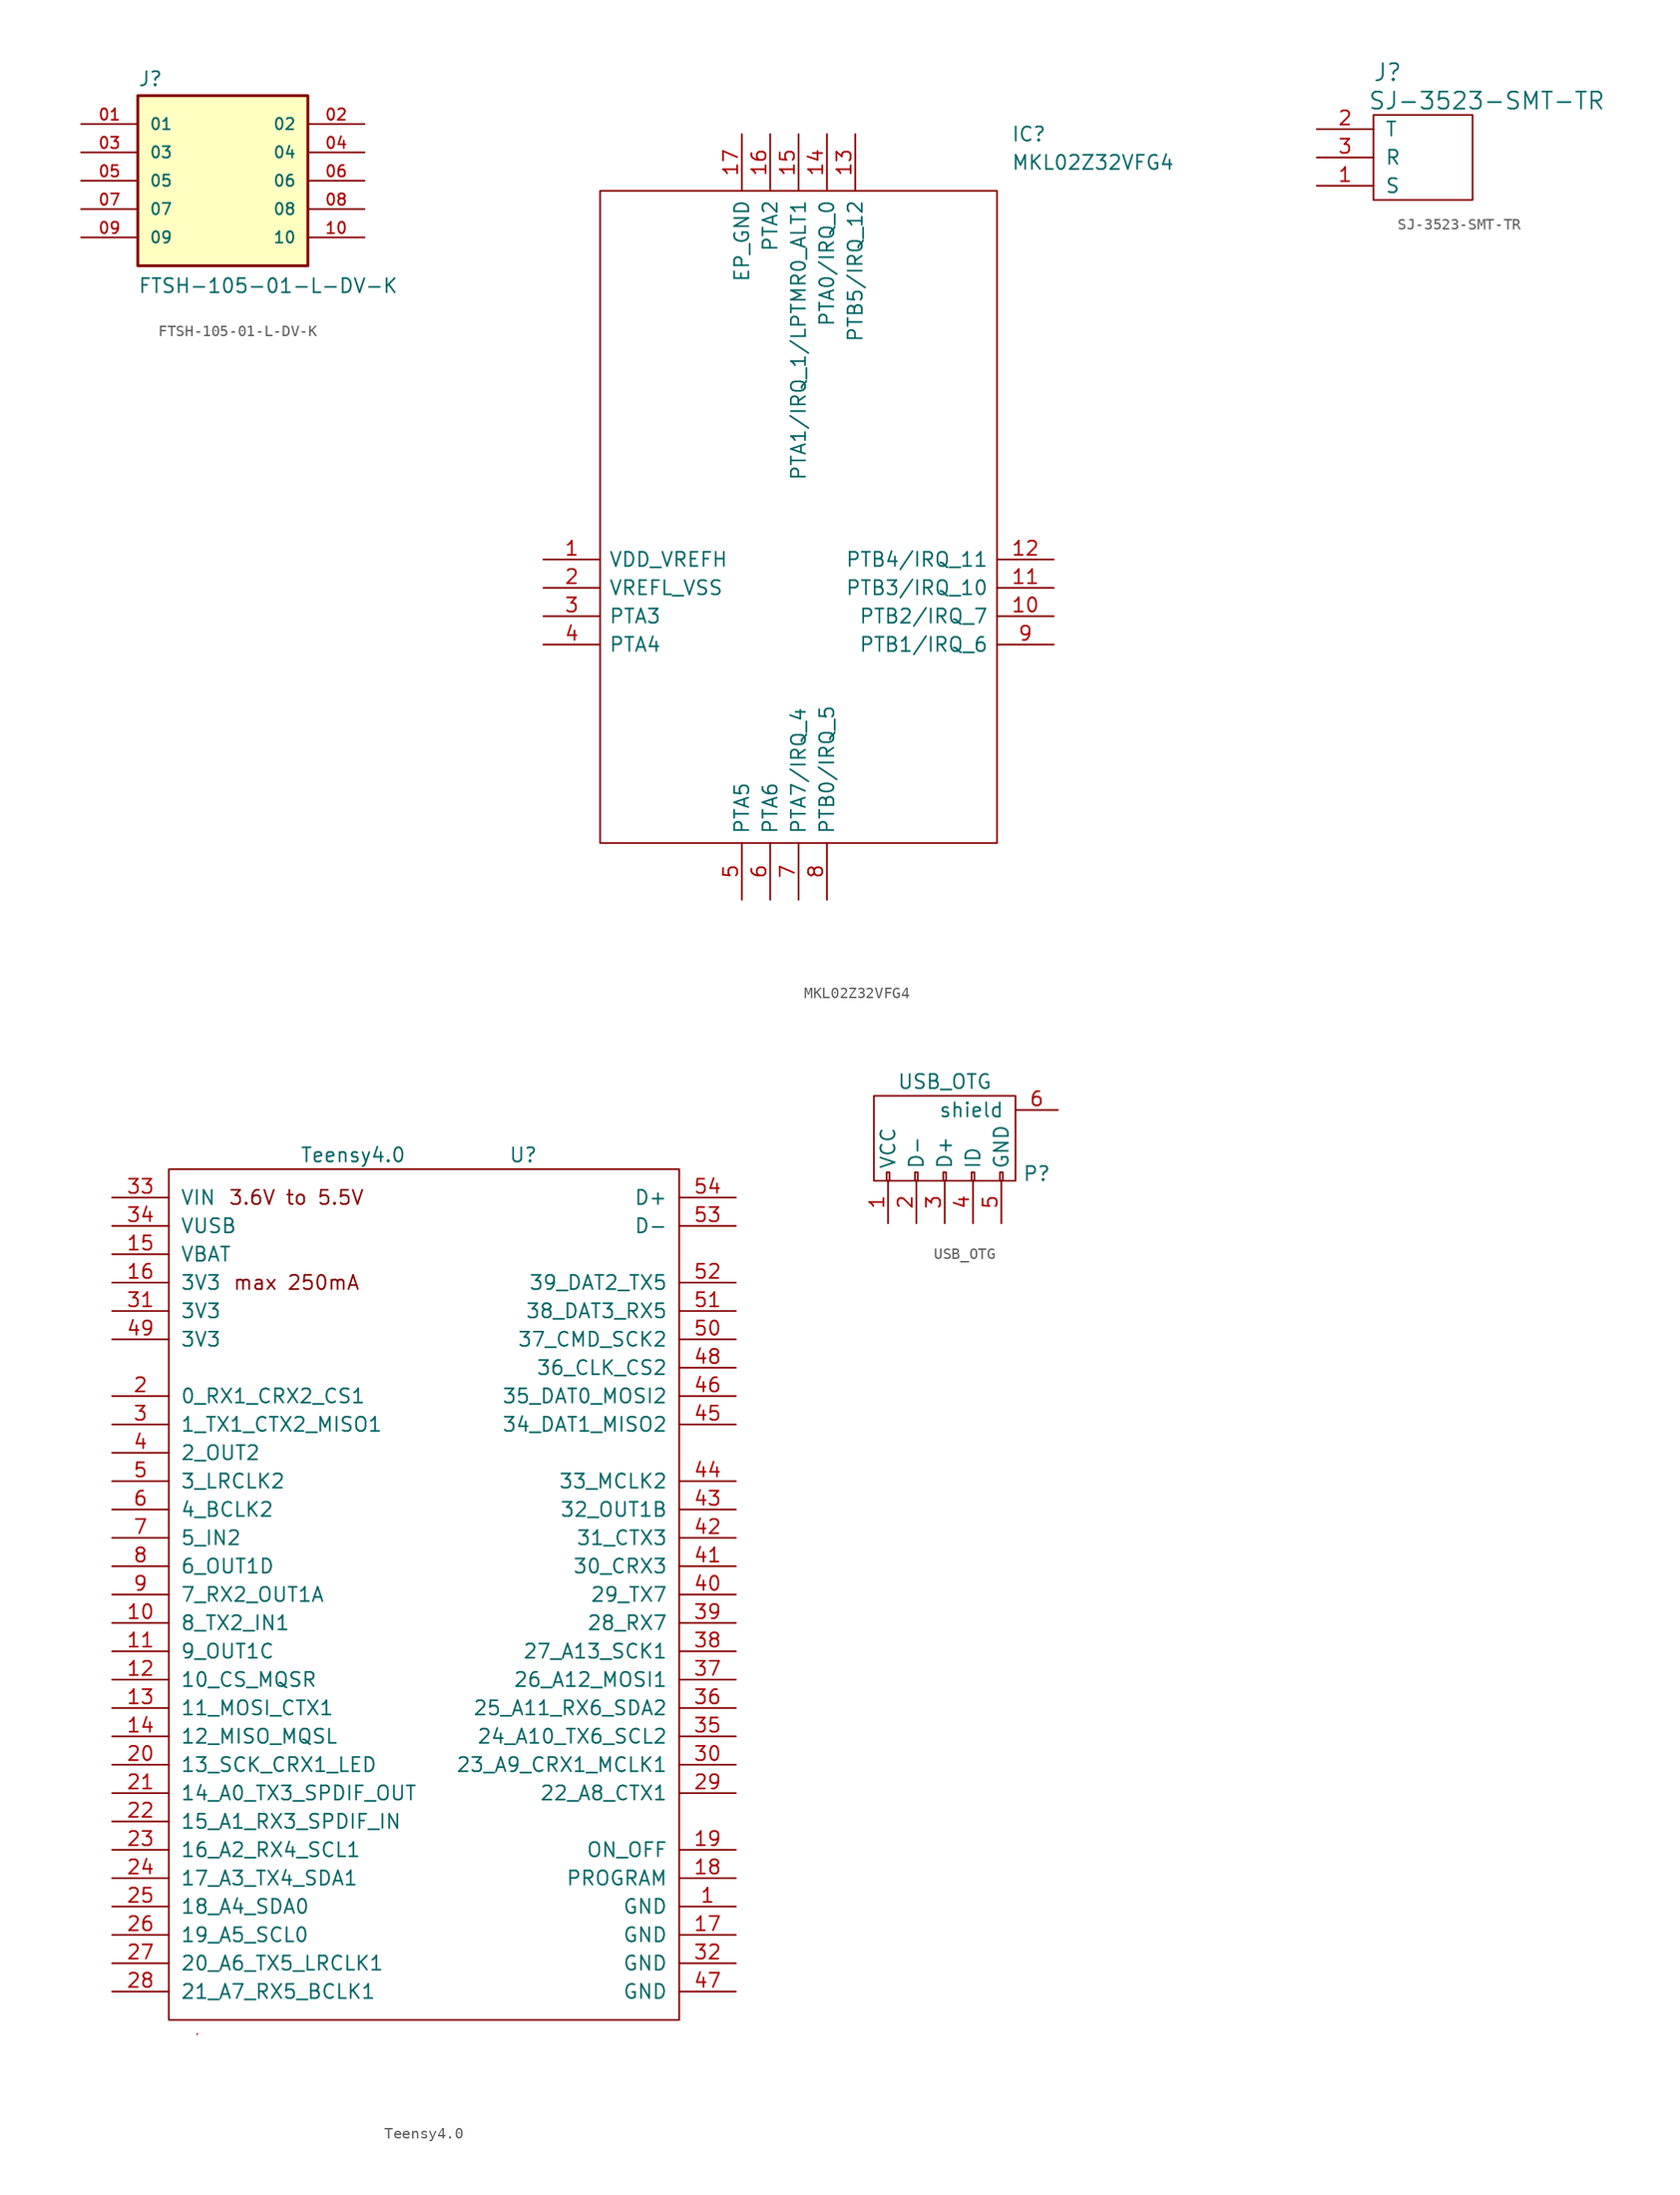
<source format=kicad_sym>
(kicad_symbol_lib
  (version 20220914)
  (generator kicad_symbol_editor)
  (symbol "FTSH-105-01-L-DV-K"
    (pin_names
      (offset 1.016))
    (property "Reference" "J"
      (at -7.62 8.382 0)
      (effects (font (size 1.27 1.27)) (justify left bottom)))
    (property "Value" "FTSH-105-01-L-DV-K"
      (at -7.62 -10.16 0)
      (effects (font (size 1.27 1.27)) (justify left bottom)))
    (symbol "FTSH-105-01-L-DV-K_0_0"
      (rectangle (start -7.62 -7.62) (end 7.62 7.62) (stroke (width 0.254) (type default)) (fill (type background)))
      (pin passive line (at -12.7 5.08 0) (length 5.08) (name "01" (effects (font (size 1.016 1.016)))) (number "01" (effects (font (size 1.016 1.016)))))
      (pin passive line (at 12.7 5.08 180) (length 5.08) (name "02" (effects (font (size 1.016 1.016)))) (number "02" (effects (font (size 1.016 1.016)))))
      (pin passive line (at -12.7 2.54 0) (length 5.08) (name "03" (effects (font (size 1.016 1.016)))) (number "03" (effects (font (size 1.016 1.016)))))
      (pin passive line (at 12.7 2.54 180) (length 5.08) (name "04" (effects (font (size 1.016 1.016)))) (number "04" (effects (font (size 1.016 1.016)))))
      (pin passive line (at -12.7 0 0) (length 5.08) (name "05" (effects (font (size 1.016 1.016)))) (number "05" (effects (font (size 1.016 1.016)))))
      (pin passive line (at 12.7 0 180) (length 5.08) (name "06" (effects (font (size 1.016 1.016)))) (number "06" (effects (font (size 1.016 1.016)))))
      (pin passive line (at -12.7 -2.54 0) (length 5.08) (name "07" (effects (font (size 1.016 1.016)))) (number "07" (effects (font (size 1.016 1.016)))))
      (pin passive line (at 12.7 -2.54 180) (length 5.08) (name "08" (effects (font (size 1.016 1.016)))) (number "08" (effects (font (size 1.016 1.016)))))
      (pin passive line (at -12.7 -5.08 0) (length 5.08) (name "09" (effects (font (size 1.016 1.016)))) (number "09" (effects (font (size 1.016 1.016)))))
      (pin passive line (at 12.7 -5.08 180) (length 5.08) (name "10" (effects (font (size 1.016 1.016)))) (number "10" (effects (font (size 1.016 1.016)))))))
  (symbol "MKL02Z32VFG4"
    (pin_names
      (offset 0.762))
    (property "Reference" "IC"
      (at 19.05 33.02 0)
      (effects (font (size 1.27 1.27)) (justify left)))
    (property "Value" "MKL02Z32VFG4"
      (at 19.05 30.48 0)
      (effects (font (size 1.27 1.27)) (justify left)))
    (symbol "MKL02Z32VFG4_0_0"
      (pin bidirectional line (at -22.86 -5.08 0) (length 5.08) (name "VDD_VREFH" (effects (font (size 1.27 1.27)))) (number "1" (effects (font (size 1.27 1.27)))))
      (pin bidirectional line (at 22.86 -10.16 180) (length 5.08) (name "PTB2/IRQ_7" (effects (font (size 1.27 1.27)))) (number "10" (effects (font (size 1.27 1.27)))))
      (pin bidirectional line (at 22.86 -7.62 180) (length 5.08) (name "PTB3/IRQ_10" (effects (font (size 1.27 1.27)))) (number "11" (effects (font (size 1.27 1.27)))))
      (pin bidirectional line (at 22.86 -5.08 180) (length 5.08) (name "PTB4/IRQ_11" (effects (font (size 1.27 1.27)))) (number "12" (effects (font (size 1.27 1.27)))))
      (pin bidirectional line (at 5.08 33.02 270) (length 5.08) (name "PTB5/IRQ_12" (effects (font (size 1.27 1.27)))) (number "13" (effects (font (size 1.27 1.27)))))
      (pin bidirectional line (at 2.54 33.02 270) (length 5.08) (name "PTA0/IRQ_0" (effects (font (size 1.27 1.27)))) (number "14" (effects (font (size 1.27 1.27)))))
      (pin bidirectional line (at 0 33.02 270) (length 5.08) (name "PTA1/IRQ_1/LPTMR0_ALT1" (effects (font (size 1.27 1.27)))) (number "15" (effects (font (size 1.27 1.27)))))
      (pin bidirectional line (at -2.54 33.02 270) (length 5.08) (name "PTA2" (effects (font (size 1.27 1.27)))) (number "16" (effects (font (size 1.27 1.27)))))
      (pin bidirectional line (at -5.08 33.02 270) (length 5.08) (name "EP_GND" (effects (font (size 1.27 1.27)))) (number "17" (effects (font (size 1.27 1.27)))))
      (pin bidirectional line (at -22.86 -7.62 0) (length 5.08) (name "VREFL_VSS" (effects (font (size 1.27 1.27)))) (number "2" (effects (font (size 1.27 1.27)))))
      (pin bidirectional line (at -22.86 -10.16 0) (length 5.08) (name "PTA3" (effects (font (size 1.27 1.27)))) (number "3" (effects (font (size 1.27 1.27)))))
      (pin bidirectional line (at -22.86 -12.7 0) (length 5.08) (name "PTA4" (effects (font (size 1.27 1.27)))) (number "4" (effects (font (size 1.27 1.27)))))
      (pin bidirectional line (at -5.08 -35.56 90) (length 5.08) (name "PTA5" (effects (font (size 1.27 1.27)))) (number "5" (effects (font (size 1.27 1.27)))))
      (pin bidirectional line (at -2.54 -35.56 90) (length 5.08) (name "PTA6" (effects (font (size 1.27 1.27)))) (number "6" (effects (font (size 1.27 1.27)))))
      (pin bidirectional line (at 0 -35.56 90) (length 5.08) (name "PTA7/IRQ_4" (effects (font (size 1.27 1.27)))) (number "7" (effects (font (size 1.27 1.27)))))
      (pin bidirectional line (at 2.54 -35.56 90) (length 5.08) (name "PTB0/IRQ_5" (effects (font (size 1.27 1.27)))) (number "8" (effects (font (size 1.27 1.27)))))
      (pin bidirectional line (at 22.86 -12.7 180) (length 5.08) (name "PTB1/IRQ_6" (effects (font (size 1.27 1.27)))) (number "9" (effects (font (size 1.27 1.27))))))
    (symbol "MKL02Z32VFG4_0_1"
      (polyline (pts (xy -17.78 27.94) (xy 17.78 27.94) (xy 17.78 -30.48) (xy -17.78 -30.48) (xy -17.78 27.94)) (stroke (width 0.152) (type solid)) (fill (type none)))))
  (symbol "SJ-3523-SMT-TR"
    (pin_names
      (offset 1.016))
    (property "Reference" "J"
      (at -2.54 7.62 0)
      (effects (font (size 1.524 1.524))))
    (property "Value" "SJ-3523-SMT-TR"
      (at 6.35 5.08 0)
      (effects (font (size 1.524 1.524))))
    (property "Footprint" ""
      (at 0 0 0)
      (effects (font (size 1.524 1.524))))
    (property "Datasheet" ""
      (at 0 0 0)
      (effects (font (size 1.524 1.524))))
    (symbol "SJ-3523-SMT-TR_0_1"
      (rectangle (start -3.81 3.81) (end 5.08 -3.81) (stroke (width 0) (type solid)) (fill (type none))))
    (symbol "SJ-3523-SMT-TR_1_1"
      (pin input line (at -8.89 -2.54 0) (length 5.08) (name "S" (effects (font (size 1.27 1.27)))) (number "1" (effects (font (size 1.27 1.27)))))
      (pin input line (at -8.89 2.54 0) (length 5.08) (name "T" (effects (font (size 1.27 1.27)))) (number "2" (effects (font (size 1.27 1.27)))))
      (pin input line (at -8.89 0 0) (length 5.08) (name "R" (effects (font (size 1.27 1.27)))) (number "3" (effects (font (size 1.27 1.27)))))))
  (symbol "Teensy4.0"
    (pin_names
      (offset 1.016))
    (property "Reference" "U"
      (at 8.89 46.99 0)
      (effects (font (size 1.27 1.27))))
    (property "Value" "Teensy4.0"
      (at -6.35 46.99 0)
      (effects (font (size 1.27 1.27))))
    (symbol "Teensy4.0_0_0"
      (text "3.6V to 5.5V" (at -11.43 43.18 0) (effects (font (size 1.27 1.27))))
      (text "max 250mA" (at -11.43 35.56 0) (effects (font (size 1.27 1.27))))
      (pin bidirectional line (at -27.94 5.08 0) (length 5.08) (name "8_TX2_IN1" (effects (font (size 1.27 1.27)))) (number "10" (effects (font (size 1.27 1.27)))))
      (pin bidirectional line (at -27.94 2.54 0) (length 5.08) (name "9_OUT1C" (effects (font (size 1.27 1.27)))) (number "11" (effects (font (size 1.27 1.27)))))
      (pin bidirectional line (at -27.94 0 0) (length 5.08) (name "10_CS_MQSR" (effects (font (size 1.27 1.27)))) (number "12" (effects (font (size 1.27 1.27)))))
      (pin bidirectional line (at -27.94 -2.54 0) (length 5.08) (name "11_MOSI_CTX1" (effects (font (size 1.27 1.27)))) (number "13" (effects (font (size 1.27 1.27)))))
      (pin bidirectional line (at -27.94 -5.08 0) (length 5.08) (name "12_MISO_MQSL" (effects (font (size 1.27 1.27)))) (number "14" (effects (font (size 1.27 1.27)))))
      (pin power_in line (at -27.94 38.1 0) (length 5.08) (name "VBAT" (effects (font (size 1.27 1.27)))) (number "15" (effects (font (size 1.27 1.27)))))
      (pin power_in line (at -27.94 35.56 0) (length 5.08) (name "3V3" (effects (font (size 1.27 1.27)))) (number "16" (effects (font (size 1.27 1.27)))))
      (pin power_in line (at 27.94 -22.86 180) (length 5.08) (name "GND" (effects (font (size 1.27 1.27)))) (number "17" (effects (font (size 1.27 1.27)))))
      (pin input line (at 27.94 -17.78 180) (length 5.08) (name "PROGRAM" (effects (font (size 1.27 1.27)))) (number "18" (effects (font (size 1.27 1.27)))))
      (pin input line (at 27.94 -15.24 180) (length 5.08) (name "ON_OFF" (effects (font (size 1.27 1.27)))) (number "19" (effects (font (size 1.27 1.27)))))
      (pin bidirectional line (at -27.94 -7.62 0) (length 5.08) (name "13_SCK_CRX1_LED" (effects (font (size 1.27 1.27)))) (number "20" (effects (font (size 1.27 1.27)))))
      (pin bidirectional line (at -27.94 -10.16 0) (length 5.08) (name "14_A0_TX3_SPDIF_OUT" (effects (font (size 1.27 1.27)))) (number "21" (effects (font (size 1.27 1.27)))))
      (pin bidirectional line (at -27.94 -12.7 0) (length 5.08) (name "15_A1_RX3_SPDIF_IN" (effects (font (size 1.27 1.27)))) (number "22" (effects (font (size 1.27 1.27)))))
      (pin bidirectional line (at -27.94 -15.24 0) (length 5.08) (name "16_A2_RX4_SCL1" (effects (font (size 1.27 1.27)))) (number "23" (effects (font (size 1.27 1.27)))))
      (pin bidirectional line (at -27.94 -17.78 0) (length 5.08) (name "17_A3_TX4_SDA1" (effects (font (size 1.27 1.27)))) (number "24" (effects (font (size 1.27 1.27)))))
      (pin bidirectional line (at -27.94 -20.32 0) (length 5.08) (name "18_A4_SDA0" (effects (font (size 1.27 1.27)))) (number "25" (effects (font (size 1.27 1.27)))))
      (pin bidirectional line (at -27.94 -22.86 0) (length 5.08) (name "19_A5_SCL0" (effects (font (size 1.27 1.27)))) (number "26" (effects (font (size 1.27 1.27)))))
      (pin bidirectional line (at -27.94 -25.4 0) (length 5.08) (name "20_A6_TX5_LRCLK1" (effects (font (size 1.27 1.27)))) (number "27" (effects (font (size 1.27 1.27)))))
      (pin bidirectional line (at -27.94 -27.94 0) (length 5.08) (name "21_A7_RX5_BCLK1" (effects (font (size 1.27 1.27)))) (number "28" (effects (font (size 1.27 1.27)))))
      (pin bidirectional line (at 27.94 -10.16 180) (length 5.08) (name "22_A8_CTX1" (effects (font (size 1.27 1.27)))) (number "29" (effects (font (size 1.27 1.27)))))
      (pin bidirectional line (at 27.94 -7.62 180) (length 5.08) (name "23_A9_CRX1_MCLK1" (effects (font (size 1.27 1.27)))) (number "30" (effects (font (size 1.27 1.27)))))
      (pin power_out line (at -27.94 33.02 0) (length 5.08) (name "3V3" (effects (font (size 1.27 1.27)))) (number "31" (effects (font (size 1.27 1.27)))))
      (pin power_in line (at 27.94 -25.4 180) (length 5.08) (name "GND" (effects (font (size 1.27 1.27)))) (number "32" (effects (font (size 1.27 1.27)))))
      (pin power_in line (at -27.94 43.18 0) (length 5.08) (name "VIN" (effects (font (size 1.27 1.27)))) (number "33" (effects (font (size 1.27 1.27)))))
      (pin power_out line (at -27.94 40.64 0) (length 5.08) (name "VUSB" (effects (font (size 1.27 1.27)))) (number "34" (effects (font (size 1.27 1.27)))))
      (pin bidirectional line (at 27.94 -5.08 180) (length 5.08) (name "24_A10_TX6_SCL2" (effects (font (size 1.27 1.27)))) (number "35" (effects (font (size 1.27 1.27)))))
      (pin bidirectional line (at 27.94 -2.54 180) (length 5.08) (name "25_A11_RX6_SDA2" (effects (font (size 1.27 1.27)))) (number "36" (effects (font (size 1.27 1.27)))))
      (pin bidirectional line (at 27.94 0 180) (length 5.08) (name "26_A12_MOSI1" (effects (font (size 1.27 1.27)))) (number "37" (effects (font (size 1.27 1.27)))))
      (pin bidirectional line (at 27.94 2.54 180) (length 5.08) (name "27_A13_SCK1" (effects (font (size 1.27 1.27)))) (number "38" (effects (font (size 1.27 1.27)))))
      (pin bidirectional line (at 27.94 5.08 180) (length 5.08) (name "28_RX7" (effects (font (size 1.27 1.27)))) (number "39" (effects (font (size 1.27 1.27)))))
      (pin bidirectional line (at 27.94 7.62 180) (length 5.08) (name "29_TX7" (effects (font (size 1.27 1.27)))) (number "40" (effects (font (size 1.27 1.27)))))
      (pin bidirectional line (at 27.94 10.16 180) (length 5.08) (name "30_CRX3" (effects (font (size 1.27 1.27)))) (number "41" (effects (font (size 1.27 1.27)))))
      (pin bidirectional line (at 27.94 12.7 180) (length 5.08) (name "31_CTX3" (effects (font (size 1.27 1.27)))) (number "42" (effects (font (size 1.27 1.27)))))
      (pin bidirectional line (at 27.94 15.24 180) (length 5.08) (name "32_OUT1B" (effects (font (size 1.27 1.27)))) (number "43" (effects (font (size 1.27 1.27)))))
      (pin bidirectional line (at 27.94 17.78 180) (length 5.08) (name "33_MCLK2" (effects (font (size 1.27 1.27)))) (number "44" (effects (font (size 1.27 1.27)))))
      (pin bidirectional line (at 27.94 22.86 180) (length 5.08) (name "34_DAT1_MISO2" (effects (font (size 1.27 1.27)))) (number "45" (effects (font (size 1.27 1.27)))))
      (pin bidirectional line (at 27.94 25.4 180) (length 5.08) (name "35_DAT0_MOSI2" (effects (font (size 1.27 1.27)))) (number "46" (effects (font (size 1.27 1.27)))))
      (pin power_out line (at 27.94 -27.94 180) (length 5.08) (name "GND" (effects (font (size 1.27 1.27)))) (number "47" (effects (font (size 1.27 1.27)))))
      (pin bidirectional line (at 27.94 27.94 180) (length 5.08) (name "36_CLK_CS2" (effects (font (size 1.27 1.27)))) (number "48" (effects (font (size 1.27 1.27)))))
      (pin power_out line (at -27.94 30.48 0) (length 5.08) (name "3V3" (effects (font (size 1.27 1.27)))) (number "49" (effects (font (size 1.27 1.27)))))
      (pin bidirectional line (at -27.94 17.78 0) (length 5.08) (name "3_LRCLK2" (effects (font (size 1.27 1.27)))) (number "5" (effects (font (size 1.27 1.27)))))
      (pin bidirectional line (at 27.94 30.48 180) (length 5.08) (name "37_CMD_SCK2" (effects (font (size 1.27 1.27)))) (number "50" (effects (font (size 1.27 1.27)))))
      (pin bidirectional line (at 27.94 33.02 180) (length 5.08) (name "38_DAT3_RX5" (effects (font (size 1.27 1.27)))) (number "51" (effects (font (size 1.27 1.27)))))
      (pin bidirectional line (at 27.94 35.56 180) (length 5.08) (name "39_DAT2_TX5" (effects (font (size 1.27 1.27)))) (number "52" (effects (font (size 1.27 1.27)))))
      (pin bidirectional line (at 27.94 40.64 180) (length 5.08) (name "D-" (effects (font (size 1.27 1.27)))) (number "53" (effects (font (size 1.27 1.27)))))
      (pin bidirectional line (at 27.94 43.18 180) (length 5.08) (name "D+" (effects (font (size 1.27 1.27)))) (number "54" (effects (font (size 1.27 1.27)))))
      (pin bidirectional line (at -27.94 15.24 0) (length 5.08) (name "4_BCLK2" (effects (font (size 1.27 1.27)))) (number "6" (effects (font (size 1.27 1.27)))))
      (pin bidirectional line (at -27.94 12.7 0) (length 5.08) (name "5_IN2" (effects (font (size 1.27 1.27)))) (number "7" (effects (font (size 1.27 1.27)))))
      (pin bidirectional line (at -27.94 10.16 0) (length 5.08) (name "6_OUT1D" (effects (font (size 1.27 1.27)))) (number "8" (effects (font (size 1.27 1.27)))))
      (pin bidirectional line (at -27.94 7.62 0) (length 5.08) (name "7_RX2_OUT1A" (effects (font (size 1.27 1.27)))) (number "9" (effects (font (size 1.27 1.27))))))
    (symbol "Teensy4.0_0_1"
      (rectangle (start -22.86 45.72) (end 22.86 -30.48) (stroke (width 0) (type solid)) (fill (type none)))
      (rectangle (start -20.32 -31.75) (end -20.32 -31.75) (stroke (width 0) (type solid)) (fill (type none))))
    (symbol "Teensy4.0_1_1"
      (pin power_in line (at 27.94 -20.32 180) (length 5.08) (name "GND" (effects (font (size 1.27 1.27)))) (number "1" (effects (font (size 1.27 1.27)))))
      (pin bidirectional line (at -27.94 25.4 0) (length 5.08) (name "0_RX1_CRX2_CS1" (effects (font (size 1.27 1.27)))) (number "2" (effects (font (size 1.27 1.27)))))
      (pin bidirectional line (at -27.94 22.86 0) (length 5.08) (name "1_TX1_CTX2_MISO1" (effects (font (size 1.27 1.27)))) (number "3" (effects (font (size 1.27 1.27)))))
      (pin bidirectional line (at -27.94 20.32 0) (length 5.08) (name "2_OUT2" (effects (font (size 1.27 1.27)))) (number "4" (effects (font (size 1.27 1.27)))))))
  (symbol "USB_OTG"
    (pin_names
      (offset 1.016))
    (property "Reference" "P"
      (at 8.255 -3.175 0)
      (effects (font (size 1.27 1.27))))
    (property "Value" "USB_OTG"
      (at 0 5.08 0)
      (effects (font (size 1.27 1.27))))
    (property "Footprint" ""
      (at -1.27 -2.54 90)
      (effects (font (size 1.27 1.27))))
    (property "Datasheet" ""
      (at -1.27 -2.54 90)
      (effects (font (size 1.27 1.27))))
    (symbol "USB_OTG_0_1"
      (rectangle (start -6.35 -3.81) (end 6.35 3.81) (stroke (width 0) (type solid)) (fill (type none)))
      (rectangle (start -5.207 -3.81) (end -4.953 -3.048) (stroke (width 0) (type solid)) (fill (type none)))
      (rectangle (start -2.667 -3.81) (end -2.413 -3.048) (stroke (width 0) (type solid)) (fill (type none)))
      (rectangle (start -0.127 -3.81) (end 0.127 -3.048) (stroke (width 0) (type solid)) (fill (type none)))
      (rectangle (start 2.413 -3.81) (end 2.667 -3.048) (stroke (width 0) (type solid)) (fill (type none)))
      (rectangle (start 4.953 -3.81) (end 5.207 -3.048) (stroke (width 0) (type solid)) (fill (type none))))
    (symbol "USB_OTG_1_1"
      (pin power_out line (at -5.08 -7.62 90) (length 3.81) (name "VCC" (effects (font (size 1.27 1.27)))) (number "1" (effects (font (size 1.27 1.27)))))
      (pin passive line (at -2.54 -7.62 90) (length 3.81) (name "D-" (effects (font (size 1.27 1.27)))) (number "2" (effects (font (size 1.27 1.27)))))
      (pin passive line (at 0 -7.62 90) (length 3.81) (name "D+" (effects (font (size 1.27 1.27)))) (number "3" (effects (font (size 1.27 1.27)))))
      (pin power_in line (at 2.54 -7.62 90) (length 3.81) (name "ID" (effects (font (size 1.27 1.27)))) (number "4" (effects (font (size 1.27 1.27)))))
      (pin power_in line (at 5.08 -7.62 90) (length 3.81) (name "GND" (effects (font (size 1.27 1.27)))) (number "5" (effects (font (size 1.27 1.27)))))
      (pin passive line (at 10.16 2.54 180) (length 3.81) (name "shield" (effects (font (size 1.27 1.27)))) (number "6" (effects (font (size 1.27 1.27))))))))
</source>
